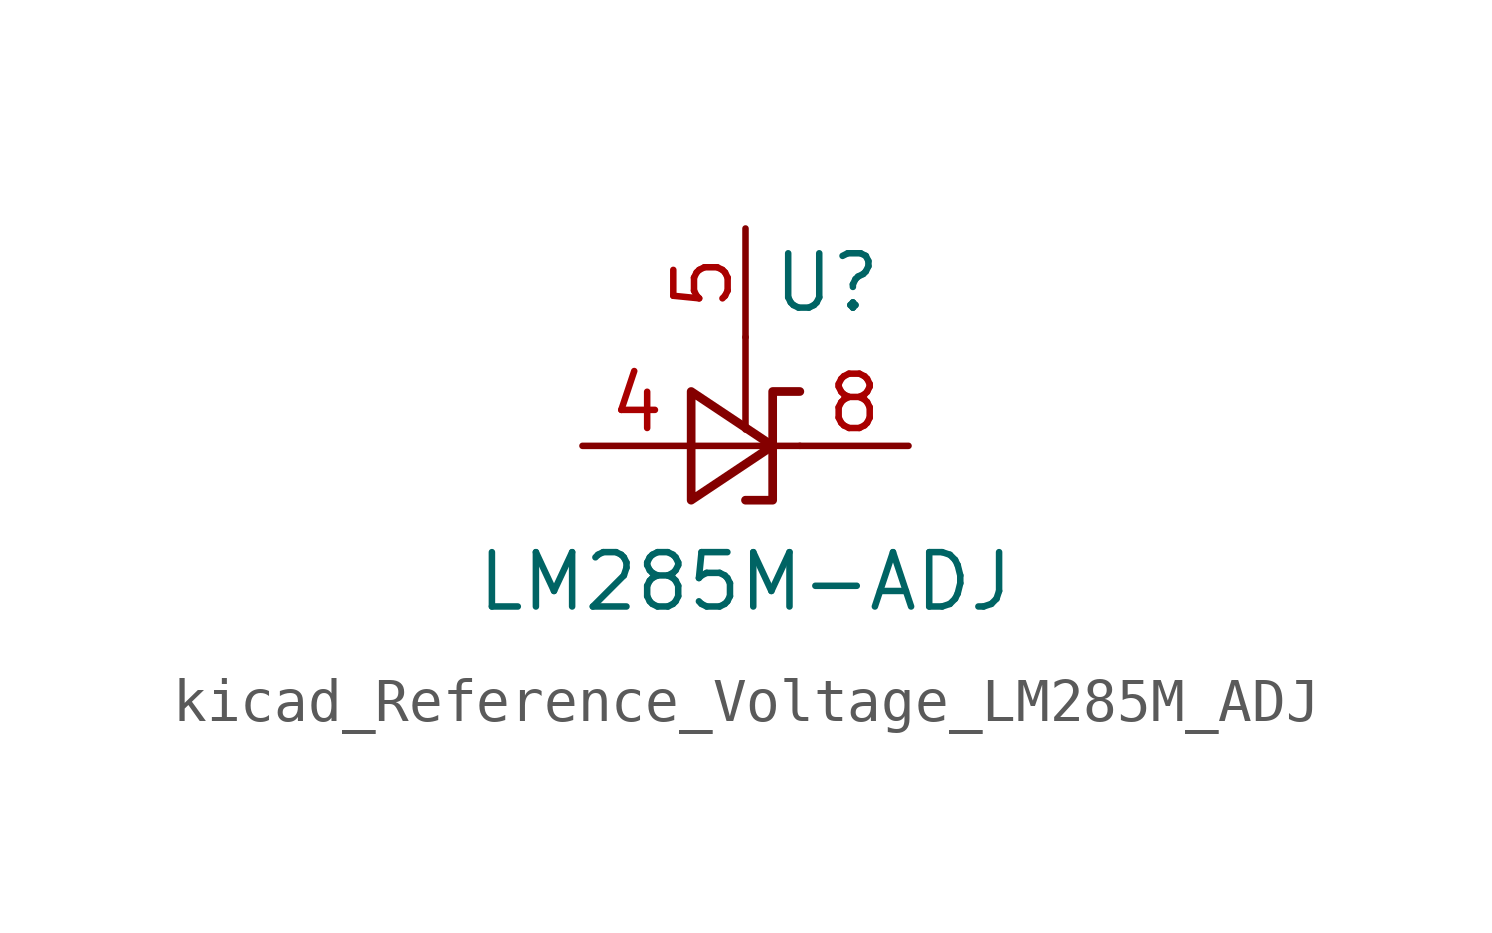
<source format=kicad_sym>
(kicad_symbol_lib
  (version 20220914)
  (generator kicad_symbol_editor)
  (symbol "kicad_Reference_Voltage_LM285M_ADJ"
    (pin_names
      (offset 0.025) hide)
    (property "Reference" "U"
      (at 1.905 3.81 0)
      (effects (font (size 1.27 1.27))))
    (property "Value" "LM285M-ADJ"
      (at 0 -3.175 0)
      (effects (font (size 1.27 1.27))))
    (symbol "kicad_Reference_Voltage_LM285M_ADJ_0_1"
      (polyline (pts (xy 0 2.54) (xy 0 0.381)) (stroke (width 0) (type default)) (fill (type none)))
      (polyline (pts (xy -1.27 0) (xy 0 0) (xy 1.27 0)) (stroke (width 0) (type default)) (fill (type none)))
      (polyline (pts (xy -1.27 -1.27) (xy 0.635 0) (xy -1.27 1.27) (xy -1.27 -1.27)) (stroke (width 0.203) (type default)) (fill (type none)))
      (polyline (pts (xy 0 -1.27) (xy 0.635 -1.27) (xy 0.635 1.27) (xy 1.27 1.27)) (stroke (width 0.203) (type default)) (fill (type none))))
    (symbol "kicad_Reference_Voltage_LM285M_ADJ_1_1"
      (pin passive line (at -3.81 0 0) (length 2.54) (name "A" (effects (font (size 1.27 1.27)))) (number "4" (effects (font (size 1.27 1.27)))))
      (pin input line (at 0 5.08 270) (length 2.54) (name "FB" (effects (font (size 1.27 1.27)))) (number "5" (effects (font (size 1.27 1.27)))))
      (pin passive line (at 3.81 0 180) (length 2.54) (name "K" (effects (font (size 1.27 1.27)))) (number "8" (effects (font (size 1.27 1.27))))))))
</source>
